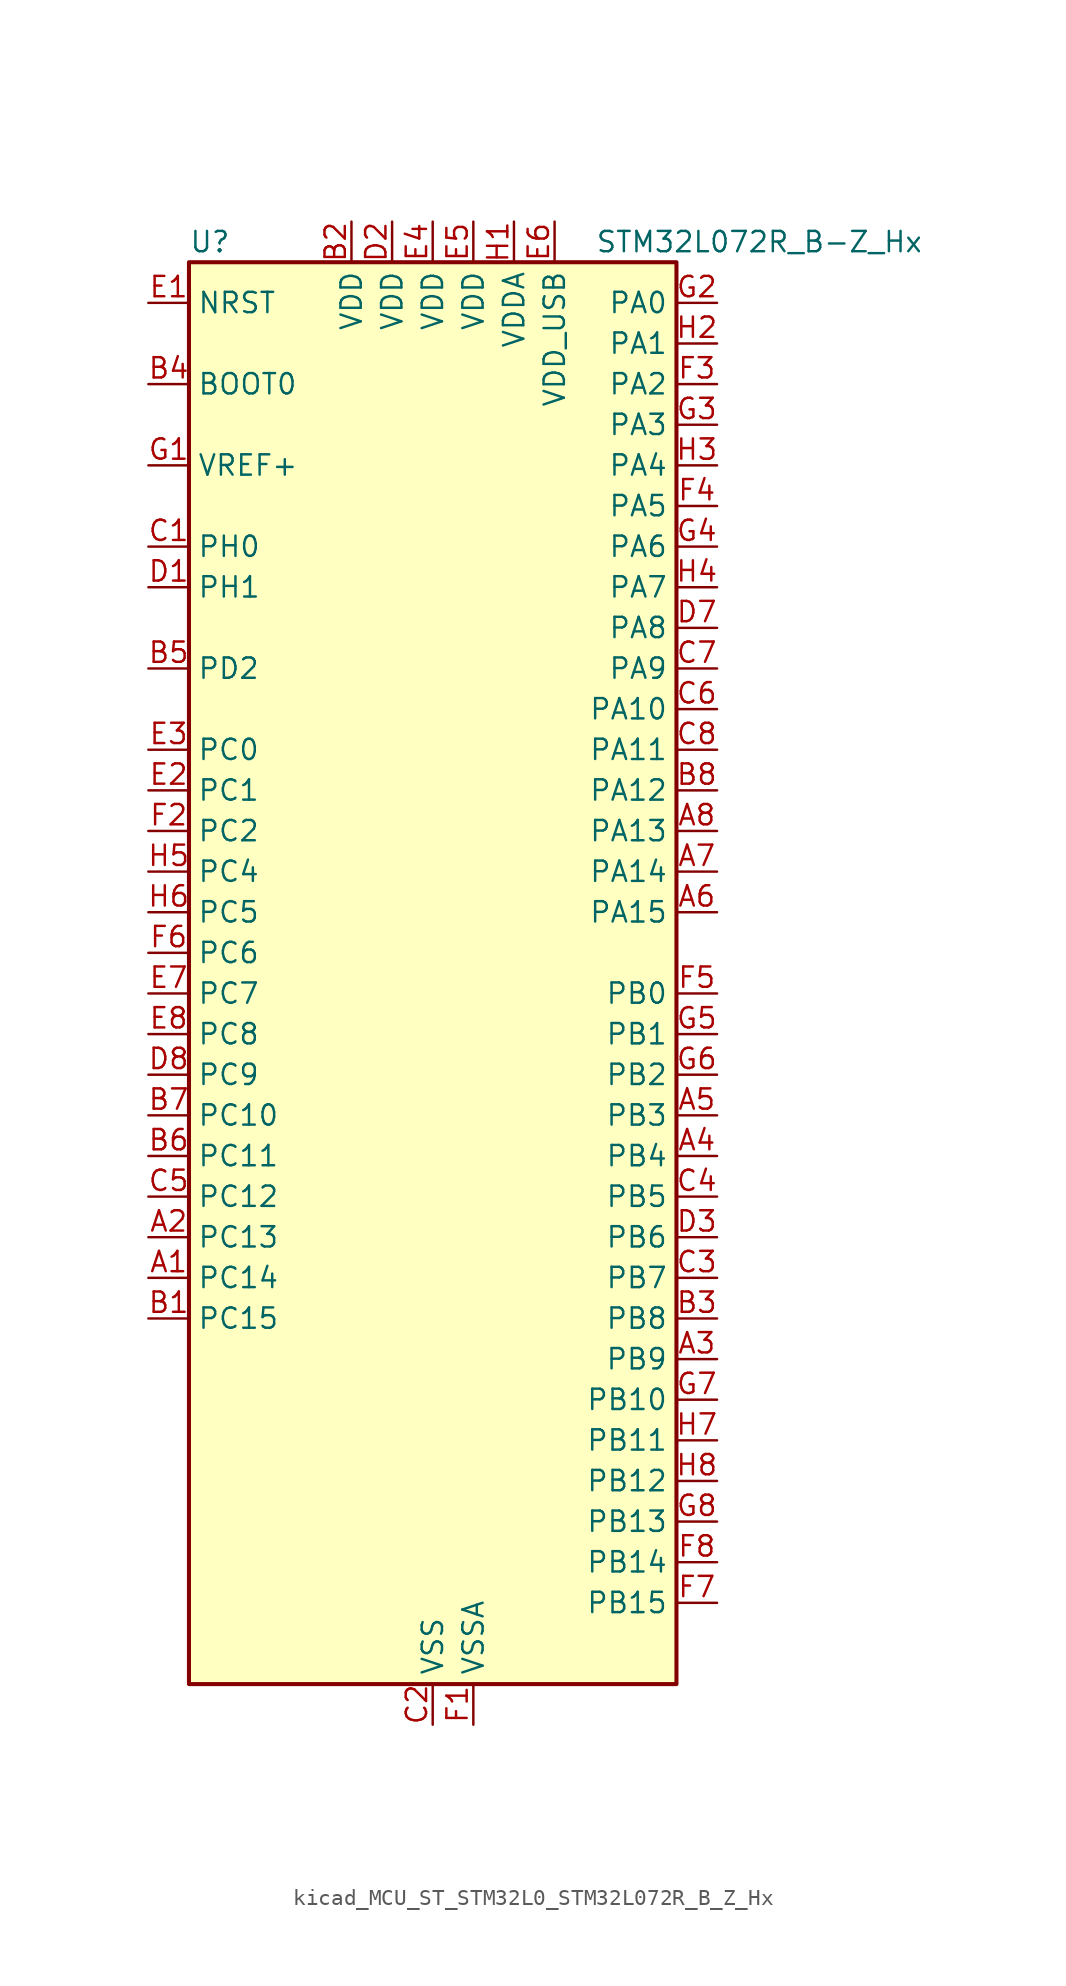
<source format=kicad_sym>
(kicad_symbol_lib
  (version 20220914)
  (generator kicad_symbol_editor)
  (symbol "kicad_MCU_ST_STM32L0_STM32L072R_B_Z_Hx"
    (property "Reference" "U"
      (at -15.24 46.99 0)
      (effects (font (size 1.27 1.27)) (justify left)))
    (property "Value" "STM32L072R_B-Z_Hx"
      (at 10.16 46.99 0)
      (effects (font (size 1.27 1.27)) (justify left)))
    (property "ki_locked" ""
      (at 0 0 0)
      (effects (font (size 1.27 1.27))))
    (symbol "kicad_MCU_ST_STM32L0_STM32L072R_B_Z_Hx_0_1"
      (rectangle (start -15.24 -43.18) (end 15.24 45.72) (stroke (width 0.254) (type default)) (fill (type background))))
    (symbol "kicad_MCU_ST_STM32L0_STM32L072R_B_Z_Hx_1_1"
      (pin bidirectional line (at -17.78 -17.78 0) (length 2.54) (name "PC14" (effects (font (size 1.27 1.27)))) (number "A1" (effects (font (size 1.27 1.27)))) (alternate "RCC_OSC32_IN" bidirectional line))
      (pin bidirectional line (at -17.78 -15.24 0) (length 2.54) (name "PC13" (effects (font (size 1.27 1.27)))) (number "A2" (effects (font (size 1.27 1.27)))) (alternate "RTC_OUT_ALARM" bidirectional line) (alternate "RTC_OUT_CALIB" bidirectional line) (alternate "RTC_TAMP1" bidirectional line) (alternate "RTC_TS" bidirectional line) (alternate "SYS_WKUP2" bidirectional line))
      (pin bidirectional line (at 17.78 -22.86 180) (length 2.54) (name "PB9" (effects (font (size 1.27 1.27)))) (number "A3" (effects (font (size 1.27 1.27)))) (alternate "DAC_EXTI9" bidirectional line) (alternate "I2C1_SDA" bidirectional line) (alternate "I2S2_WS" bidirectional line) (alternate "SPI2_NSS" bidirectional line))
      (pin bidirectional line (at 17.78 -10.16 180) (length 2.54) (name "PB4" (effects (font (size 1.27 1.27)))) (number "A4" (effects (font (size 1.27 1.27)))) (alternate "COMP2_INP" bidirectional line) (alternate "I2C3_SDA" bidirectional line) (alternate "SPI1_MISO" bidirectional line) (alternate "TIM22_CH1" bidirectional line) (alternate "TIM3_CH1" bidirectional line) (alternate "TSC_G5_IO2" bidirectional line) (alternate "USART1_CTS" bidirectional line) (alternate "USART5_RX" bidirectional line))
      (pin bidirectional line (at 17.78 -7.62 180) (length 2.54) (name "PB3" (effects (font (size 1.27 1.27)))) (number "A5" (effects (font (size 1.27 1.27)))) (alternate "COMP2_INM" bidirectional line) (alternate "SPI1_SCK" bidirectional line) (alternate "TIM2_CH2" bidirectional line) (alternate "TSC_G5_IO1" bidirectional line) (alternate "USART1_DE" bidirectional line) (alternate "USART1_RTS" bidirectional line) (alternate "USART5_TX" bidirectional line))
      (pin bidirectional line (at 17.78 5.08 180) (length 2.54) (name "PA15" (effects (font (size 1.27 1.27)))) (number "A6" (effects (font (size 1.27 1.27)))) (alternate "SPI1_NSS" bidirectional line) (alternate "TIM2_CH1" bidirectional line) (alternate "TIM2_ETR" bidirectional line) (alternate "USART2_RX" bidirectional line) (alternate "USART4_DE" bidirectional line) (alternate "USART4_RTS" bidirectional line))
      (pin bidirectional line (at 17.78 7.62 180) (length 2.54) (name "PA14" (effects (font (size 1.27 1.27)))) (number "A7" (effects (font (size 1.27 1.27)))) (alternate "LPUART1_TX" bidirectional line) (alternate "SYS_SWCLK" bidirectional line) (alternate "USART2_TX" bidirectional line))
      (pin bidirectional line (at 17.78 10.16 180) (length 2.54) (name "PA13" (effects (font (size 1.27 1.27)))) (number "A8" (effects (font (size 1.27 1.27)))) (alternate "LPUART1_RX" bidirectional line) (alternate "SYS_SWDIO" bidirectional line) (alternate "USB_NOE" bidirectional line))
      (pin bidirectional line (at -17.78 -20.32 0) (length 2.54) (name "PC15" (effects (font (size 1.27 1.27)))) (number "B1" (effects (font (size 1.27 1.27)))) (alternate "RCC_OSC32_OUT" bidirectional line))
      (pin power_in line (at -5.08 48.26 270) (length 2.54) (name "VDD" (effects (font (size 1.27 1.27)))) (number "B2" (effects (font (size 1.27 1.27)))))
      (pin bidirectional line (at 17.78 -20.32 180) (length 2.54) (name "PB8" (effects (font (size 1.27 1.27)))) (number "B3" (effects (font (size 1.27 1.27)))) (alternate "I2C1_SCL" bidirectional line) (alternate "TSC_SYNC" bidirectional line))
      (pin input line (at -17.78 38.1 0) (length 2.54) (name "BOOT0" (effects (font (size 1.27 1.27)))) (number "B4" (effects (font (size 1.27 1.27)))))
      (pin bidirectional line (at -17.78 20.32 0) (length 2.54) (name "PD2" (effects (font (size 1.27 1.27)))) (number "B5" (effects (font (size 1.27 1.27)))) (alternate "LPUART1_DE" bidirectional line) (alternate "LPUART1_RTS" bidirectional line) (alternate "TIM3_ETR" bidirectional line) (alternate "USART5_RX" bidirectional line))
      (pin bidirectional line (at -17.78 -10.16 0) (length 2.54) (name "PC11" (effects (font (size 1.27 1.27)))) (number "B6" (effects (font (size 1.27 1.27)))) (alternate "ADC_EXTI11" bidirectional line) (alternate "LPUART1_RX" bidirectional line) (alternate "USART4_RX" bidirectional line))
      (pin bidirectional line (at -17.78 -7.62 0) (length 2.54) (name "PC10" (effects (font (size 1.27 1.27)))) (number "B7" (effects (font (size 1.27 1.27)))) (alternate "LPUART1_TX" bidirectional line) (alternate "USART4_TX" bidirectional line))
      (pin bidirectional line (at 17.78 12.7 180) (length 2.54) (name "PA12" (effects (font (size 1.27 1.27)))) (number "B8" (effects (font (size 1.27 1.27)))) (alternate "COMP2_OUT" bidirectional line) (alternate "SPI1_MOSI" bidirectional line) (alternate "TSC_G4_IO4" bidirectional line) (alternate "USART1_DE" bidirectional line) (alternate "USART1_RTS" bidirectional line) (alternate "USB_DP" bidirectional line))
      (pin bidirectional line (at -17.78 27.94 0) (length 2.54) (name "PH0" (effects (font (size 1.27 1.27)))) (number "C1" (effects (font (size 1.27 1.27)))) (alternate "CRS_SYNC" bidirectional line) (alternate "RCC_OSC_IN" bidirectional line))
      (pin power_in line (at 0 -45.72 90) (length 2.54) (name "VSS" (effects (font (size 1.27 1.27)))) (number "C2" (effects (font (size 1.27 1.27)))))
      (pin bidirectional line (at 17.78 -17.78 180) (length 2.54) (name "PB7" (effects (font (size 1.27 1.27)))) (number "C3" (effects (font (size 1.27 1.27)))) (alternate "COMP2_INP" bidirectional line) (alternate "I2C1_SDA" bidirectional line) (alternate "LPTIM1_IN2" bidirectional line) (alternate "SYS_PVD_IN" bidirectional line) (alternate "TSC_G5_IO4" bidirectional line) (alternate "USART1_RX" bidirectional line) (alternate "USART4_CTS" bidirectional line))
      (pin bidirectional line (at 17.78 -12.7 180) (length 2.54) (name "PB5" (effects (font (size 1.27 1.27)))) (number "C4" (effects (font (size 1.27 1.27)))) (alternate "COMP2_INP" bidirectional line) (alternate "I2C1_SMBA" bidirectional line) (alternate "LPTIM1_IN1" bidirectional line) (alternate "SPI1_MOSI" bidirectional line) (alternate "TIM22_CH2" bidirectional line) (alternate "TIM3_CH2" bidirectional line) (alternate "USART1_CK" bidirectional line) (alternate "USART5_CK" bidirectional line) (alternate "USART5_DE" bidirectional line) (alternate "USART5_RTS" bidirectional line))
      (pin bidirectional line (at -17.78 -12.7 0) (length 2.54) (name "PC12" (effects (font (size 1.27 1.27)))) (number "C5" (effects (font (size 1.27 1.27)))) (alternate "USART4_CK" bidirectional line) (alternate "USART5_TX" bidirectional line))
      (pin bidirectional line (at 17.78 17.78 180) (length 2.54) (name "PA10" (effects (font (size 1.27 1.27)))) (number "C6" (effects (font (size 1.27 1.27)))) (alternate "I2C1_SDA" bidirectional line) (alternate "TSC_G4_IO2" bidirectional line) (alternate "USART1_RX" bidirectional line))
      (pin bidirectional line (at 17.78 20.32 180) (length 2.54) (name "PA9" (effects (font (size 1.27 1.27)))) (number "C7" (effects (font (size 1.27 1.27)))) (alternate "DAC_EXTI9" bidirectional line) (alternate "I2C1_SCL" bidirectional line) (alternate "I2C3_SMBA" bidirectional line) (alternate "RCC_MCO" bidirectional line) (alternate "TSC_G4_IO1" bidirectional line) (alternate "USART1_TX" bidirectional line))
      (pin bidirectional line (at 17.78 15.24 180) (length 2.54) (name "PA11" (effects (font (size 1.27 1.27)))) (number "C8" (effects (font (size 1.27 1.27)))) (alternate "ADC_EXTI11" bidirectional line) (alternate "COMP1_OUT" bidirectional line) (alternate "SPI1_MISO" bidirectional line) (alternate "TSC_G4_IO3" bidirectional line) (alternate "USART1_CTS" bidirectional line) (alternate "USB_DM" bidirectional line))
      (pin bidirectional line (at -17.78 25.4 0) (length 2.54) (name "PH1" (effects (font (size 1.27 1.27)))) (number "D1" (effects (font (size 1.27 1.27)))) (alternate "RCC_OSC_OUT" bidirectional line))
      (pin power_in line (at -2.54 48.26 270) (length 2.54) (name "VDD" (effects (font (size 1.27 1.27)))) (number "D2" (effects (font (size 1.27 1.27)))))
      (pin bidirectional line (at 17.78 -15.24 180) (length 2.54) (name "PB6" (effects (font (size 1.27 1.27)))) (number "D3" (effects (font (size 1.27 1.27)))) (alternate "COMP2_INP" bidirectional line) (alternate "I2C1_SCL" bidirectional line) (alternate "LPTIM1_ETR" bidirectional line) (alternate "TSC_G5_IO3" bidirectional line) (alternate "USART1_TX" bidirectional line))
      (pin passive line (at 0 -45.72 90) (length 2.54) hide (name "VSS" (effects (font (size 1.27 1.27)))) (number "D4" (effects (font (size 1.27 1.27)))))
      (pin passive line (at 0 -45.72 90) (length 2.54) hide (name "VSS" (effects (font (size 1.27 1.27)))) (number "D5" (effects (font (size 1.27 1.27)))))
      (pin passive line (at 0 -45.72 90) (length 2.54) hide (name "VSS" (effects (font (size 1.27 1.27)))) (number "D6" (effects (font (size 1.27 1.27)))))
      (pin bidirectional line (at 17.78 22.86 180) (length 2.54) (name "PA8" (effects (font (size 1.27 1.27)))) (number "D7" (effects (font (size 1.27 1.27)))) (alternate "CRS_SYNC" bidirectional line) (alternate "I2C3_SCL" bidirectional line) (alternate "RCC_MCO" bidirectional line) (alternate "USART1_CK" bidirectional line))
      (pin bidirectional line (at -17.78 -5.08 0) (length 2.54) (name "PC9" (effects (font (size 1.27 1.27)))) (number "D8" (effects (font (size 1.27 1.27)))) (alternate "DAC_EXTI9" bidirectional line) (alternate "I2C3_SDA" bidirectional line) (alternate "TIM21_ETR" bidirectional line) (alternate "TIM3_CH4" bidirectional line) (alternate "TSC_G8_IO4" bidirectional line) (alternate "USB_NOE" bidirectional line))
      (pin input line (at -17.78 43.18 0) (length 2.54) (name "NRST" (effects (font (size 1.27 1.27)))) (number "E1" (effects (font (size 1.27 1.27)))))
      (pin bidirectional line (at -17.78 12.7 0) (length 2.54) (name "PC1" (effects (font (size 1.27 1.27)))) (number "E2" (effects (font (size 1.27 1.27)))) (alternate "ADC_IN11" bidirectional line) (alternate "I2C3_SDA" bidirectional line) (alternate "LPTIM1_OUT" bidirectional line) (alternate "LPUART1_TX" bidirectional line) (alternate "TSC_G7_IO2" bidirectional line))
      (pin bidirectional line (at -17.78 15.24 0) (length 2.54) (name "PC0" (effects (font (size 1.27 1.27)))) (number "E3" (effects (font (size 1.27 1.27)))) (alternate "ADC_IN10" bidirectional line) (alternate "I2C3_SCL" bidirectional line) (alternate "LPTIM1_IN1" bidirectional line) (alternate "LPUART1_RX" bidirectional line) (alternate "TSC_G7_IO1" bidirectional line))
      (pin power_in line (at 0 48.26 270) (length 2.54) (name "VDD" (effects (font (size 1.27 1.27)))) (number "E4" (effects (font (size 1.27 1.27)))))
      (pin power_in line (at 2.54 48.26 270) (length 2.54) (name "VDD" (effects (font (size 1.27 1.27)))) (number "E5" (effects (font (size 1.27 1.27)))))
      (pin power_in line (at 7.62 48.26 270) (length 2.54) (name "VDD_USB" (effects (font (size 1.27 1.27)))) (number "E6" (effects (font (size 1.27 1.27)))))
      (pin bidirectional line (at -17.78 0 0) (length 2.54) (name "PC7" (effects (font (size 1.27 1.27)))) (number "E7" (effects (font (size 1.27 1.27)))) (alternate "TIM22_CH2" bidirectional line) (alternate "TIM3_CH2" bidirectional line) (alternate "TSC_G8_IO2" bidirectional line))
      (pin bidirectional line (at -17.78 -2.54 0) (length 2.54) (name "PC8" (effects (font (size 1.27 1.27)))) (number "E8" (effects (font (size 1.27 1.27)))) (alternate "TIM22_ETR" bidirectional line) (alternate "TIM3_CH3" bidirectional line) (alternate "TSC_G8_IO3" bidirectional line))
      (pin power_in line (at 2.54 -45.72 90) (length 2.54) (name "VSSA" (effects (font (size 1.27 1.27)))) (number "F1" (effects (font (size 1.27 1.27)))))
      (pin bidirectional line (at -17.78 10.16 0) (length 2.54) (name "PC2" (effects (font (size 1.27 1.27)))) (number "F2" (effects (font (size 1.27 1.27)))) (alternate "ADC_IN12" bidirectional line) (alternate "I2S2_MCK" bidirectional line) (alternate "LPTIM1_IN2" bidirectional line) (alternate "SPI2_MISO" bidirectional line) (alternate "TSC_G7_IO3" bidirectional line))
      (pin bidirectional line (at 17.78 38.1 180) (length 2.54) (name "PA2" (effects (font (size 1.27 1.27)))) (number "F3" (effects (font (size 1.27 1.27)))) (alternate "ADC_IN2" bidirectional line) (alternate "COMP2_INM" bidirectional line) (alternate "COMP2_OUT" bidirectional line) (alternate "LPUART1_TX" bidirectional line) (alternate "TIM21_CH1" bidirectional line) (alternate "TIM2_CH3" bidirectional line) (alternate "TSC_G1_IO3" bidirectional line) (alternate "USART2_TX" bidirectional line))
      (pin bidirectional line (at 17.78 30.48 180) (length 2.54) (name "PA5" (effects (font (size 1.27 1.27)))) (number "F4" (effects (font (size 1.27 1.27)))) (alternate "ADC_IN5" bidirectional line) (alternate "COMP1_INM" bidirectional line) (alternate "COMP2_INM" bidirectional line) (alternate "DAC_OUT2" bidirectional line) (alternate "SPI1_SCK" bidirectional line) (alternate "TIM2_CH1" bidirectional line) (alternate "TIM2_ETR" bidirectional line) (alternate "TSC_G2_IO2" bidirectional line))
      (pin bidirectional line (at 17.78 0 180) (length 2.54) (name "PB0" (effects (font (size 1.27 1.27)))) (number "F5" (effects (font (size 1.27 1.27)))) (alternate "ADC_IN8" bidirectional line) (alternate "SYS_VREF_OUT_PB0" bidirectional line) (alternate "TIM3_CH3" bidirectional line) (alternate "TSC_G3_IO2" bidirectional line))
      (pin bidirectional line (at -17.78 2.54 0) (length 2.54) (name "PC6" (effects (font (size 1.27 1.27)))) (number "F6" (effects (font (size 1.27 1.27)))) (alternate "TIM22_CH1" bidirectional line) (alternate "TIM3_CH1" bidirectional line) (alternate "TSC_G8_IO1" bidirectional line))
      (pin bidirectional line (at 17.78 -38.1 180) (length 2.54) (name "PB15" (effects (font (size 1.27 1.27)))) (number "F7" (effects (font (size 1.27 1.27)))) (alternate "I2S2_SD" bidirectional line) (alternate "RTC_REFIN" bidirectional line) (alternate "SPI2_MOSI" bidirectional line))
      (pin bidirectional line (at 17.78 -35.56 180) (length 2.54) (name "PB14" (effects (font (size 1.27 1.27)))) (number "F8" (effects (font (size 1.27 1.27)))) (alternate "I2C2_SDA" bidirectional line) (alternate "I2S2_MCK" bidirectional line) (alternate "LPUART1_DE" bidirectional line) (alternate "LPUART1_RTS" bidirectional line) (alternate "RTC_OUT_ALARM" bidirectional line) (alternate "RTC_OUT_CALIB" bidirectional line) (alternate "SPI2_MISO" bidirectional line) (alternate "TIM21_CH2" bidirectional line) (alternate "TSC_G6_IO4" bidirectional line))
      (pin input line (at -17.78 33.02 0) (length 2.54) (name "VREF+" (effects (font (size 1.27 1.27)))) (number "G1" (effects (font (size 1.27 1.27)))))
      (pin bidirectional line (at 17.78 43.18 180) (length 2.54) (name "PA0" (effects (font (size 1.27 1.27)))) (number "G2" (effects (font (size 1.27 1.27)))) (alternate "ADC_IN0" bidirectional line) (alternate "COMP1_INM" bidirectional line) (alternate "COMP1_OUT" bidirectional line) (alternate "RTC_TAMP2" bidirectional line) (alternate "SYS_WKUP1" bidirectional line) (alternate "TIM2_CH1" bidirectional line) (alternate "TIM2_ETR" bidirectional line) (alternate "TSC_G1_IO1" bidirectional line) (alternate "USART2_CTS" bidirectional line) (alternate "USART4_TX" bidirectional line))
      (pin bidirectional line (at 17.78 35.56 180) (length 2.54) (name "PA3" (effects (font (size 1.27 1.27)))) (number "G3" (effects (font (size 1.27 1.27)))) (alternate "ADC_IN3" bidirectional line) (alternate "COMP2_INP" bidirectional line) (alternate "LPUART1_RX" bidirectional line) (alternate "TIM21_CH2" bidirectional line) (alternate "TIM2_CH4" bidirectional line) (alternate "TSC_G1_IO4" bidirectional line) (alternate "USART2_RX" bidirectional line))
      (pin bidirectional line (at 17.78 27.94 180) (length 2.54) (name "PA6" (effects (font (size 1.27 1.27)))) (number "G4" (effects (font (size 1.27 1.27)))) (alternate "ADC_IN6" bidirectional line) (alternate "COMP1_OUT" bidirectional line) (alternate "LPUART1_CTS" bidirectional line) (alternate "SPI1_MISO" bidirectional line) (alternate "TIM22_CH1" bidirectional line) (alternate "TIM3_CH1" bidirectional line) (alternate "TSC_G2_IO3" bidirectional line))
      (pin bidirectional line (at 17.78 -2.54 180) (length 2.54) (name "PB1" (effects (font (size 1.27 1.27)))) (number "G5" (effects (font (size 1.27 1.27)))) (alternate "ADC_IN9" bidirectional line) (alternate "LPUART1_DE" bidirectional line) (alternate "LPUART1_RTS" bidirectional line) (alternate "SYS_VREF_OUT_PB1" bidirectional line) (alternate "TIM3_CH4" bidirectional line) (alternate "TSC_G3_IO3" bidirectional line))
      (pin bidirectional line (at 17.78 -5.08 180) (length 2.54) (name "PB2" (effects (font (size 1.27 1.27)))) (number "G6" (effects (font (size 1.27 1.27)))) (alternate "I2C3_SMBA" bidirectional line) (alternate "LPTIM1_OUT" bidirectional line) (alternate "TSC_G3_IO4" bidirectional line))
      (pin bidirectional line (at 17.78 -25.4 180) (length 2.54) (name "PB10" (effects (font (size 1.27 1.27)))) (number "G7" (effects (font (size 1.27 1.27)))) (alternate "I2C2_SCL" bidirectional line) (alternate "LPUART1_RX" bidirectional line) (alternate "LPUART1_TX" bidirectional line) (alternate "SPI2_SCK" bidirectional line) (alternate "TIM2_CH3" bidirectional line) (alternate "TSC_SYNC" bidirectional line))
      (pin bidirectional line (at 17.78 -33.02 180) (length 2.54) (name "PB13" (effects (font (size 1.27 1.27)))) (number "G8" (effects (font (size 1.27 1.27)))) (alternate "I2C2_SCL" bidirectional line) (alternate "I2S2_CK" bidirectional line) (alternate "LPUART1_CTS" bidirectional line) (alternate "RCC_MCO" bidirectional line) (alternate "SPI2_SCK" bidirectional line) (alternate "TIM21_CH1" bidirectional line) (alternate "TSC_G6_IO3" bidirectional line))
      (pin power_in line (at 5.08 48.26 270) (length 2.54) (name "VDDA" (effects (font (size 1.27 1.27)))) (number "H1" (effects (font (size 1.27 1.27)))))
      (pin bidirectional line (at 17.78 40.64 180) (length 2.54) (name "PA1" (effects (font (size 1.27 1.27)))) (number "H2" (effects (font (size 1.27 1.27)))) (alternate "ADC_IN1" bidirectional line) (alternate "COMP1_INP" bidirectional line) (alternate "TIM21_ETR" bidirectional line) (alternate "TIM2_CH2" bidirectional line) (alternate "TSC_G1_IO2" bidirectional line) (alternate "USART2_DE" bidirectional line) (alternate "USART2_RTS" bidirectional line) (alternate "USART4_RX" bidirectional line))
      (pin bidirectional line (at 17.78 33.02 180) (length 2.54) (name "PA4" (effects (font (size 1.27 1.27)))) (number "H3" (effects (font (size 1.27 1.27)))) (alternate "ADC_IN4" bidirectional line) (alternate "COMP1_INM" bidirectional line) (alternate "COMP2_INM" bidirectional line) (alternate "DAC_OUT1" bidirectional line) (alternate "SPI1_NSS" bidirectional line) (alternate "TIM22_ETR" bidirectional line) (alternate "TSC_G2_IO1" bidirectional line) (alternate "USART2_CK" bidirectional line))
      (pin bidirectional line (at 17.78 25.4 180) (length 2.54) (name "PA7" (effects (font (size 1.27 1.27)))) (number "H4" (effects (font (size 1.27 1.27)))) (alternate "ADC_IN7" bidirectional line) (alternate "COMP2_OUT" bidirectional line) (alternate "SPI1_MOSI" bidirectional line) (alternate "TIM22_CH2" bidirectional line) (alternate "TIM3_CH2" bidirectional line) (alternate "TSC_G2_IO4" bidirectional line))
      (pin bidirectional line (at -17.78 7.62 0) (length 2.54) (name "PC4" (effects (font (size 1.27 1.27)))) (number "H5" (effects (font (size 1.27 1.27)))) (alternate "ADC_IN14" bidirectional line) (alternate "LPUART1_TX" bidirectional line))
      (pin bidirectional line (at -17.78 5.08 0) (length 2.54) (name "PC5" (effects (font (size 1.27 1.27)))) (number "H6" (effects (font (size 1.27 1.27)))) (alternate "ADC_IN15" bidirectional line) (alternate "LPUART1_RX" bidirectional line) (alternate "TSC_G3_IO1" bidirectional line))
      (pin bidirectional line (at 17.78 -27.94 180) (length 2.54) (name "PB11" (effects (font (size 1.27 1.27)))) (number "H7" (effects (font (size 1.27 1.27)))) (alternate "ADC_EXTI11" bidirectional line) (alternate "I2C2_SDA" bidirectional line) (alternate "LPUART1_RX" bidirectional line) (alternate "LPUART1_TX" bidirectional line) (alternate "TIM2_CH4" bidirectional line) (alternate "TSC_G6_IO1" bidirectional line))
      (pin bidirectional line (at 17.78 -30.48 180) (length 2.54) (name "PB12" (effects (font (size 1.27 1.27)))) (number "H8" (effects (font (size 1.27 1.27)))) (alternate "I2S2_WS" bidirectional line) (alternate "LPUART1_DE" bidirectional line) (alternate "LPUART1_RTS" bidirectional line) (alternate "SPI2_NSS" bidirectional line) (alternate "TSC_G6_IO2" bidirectional line)))))
</source>
